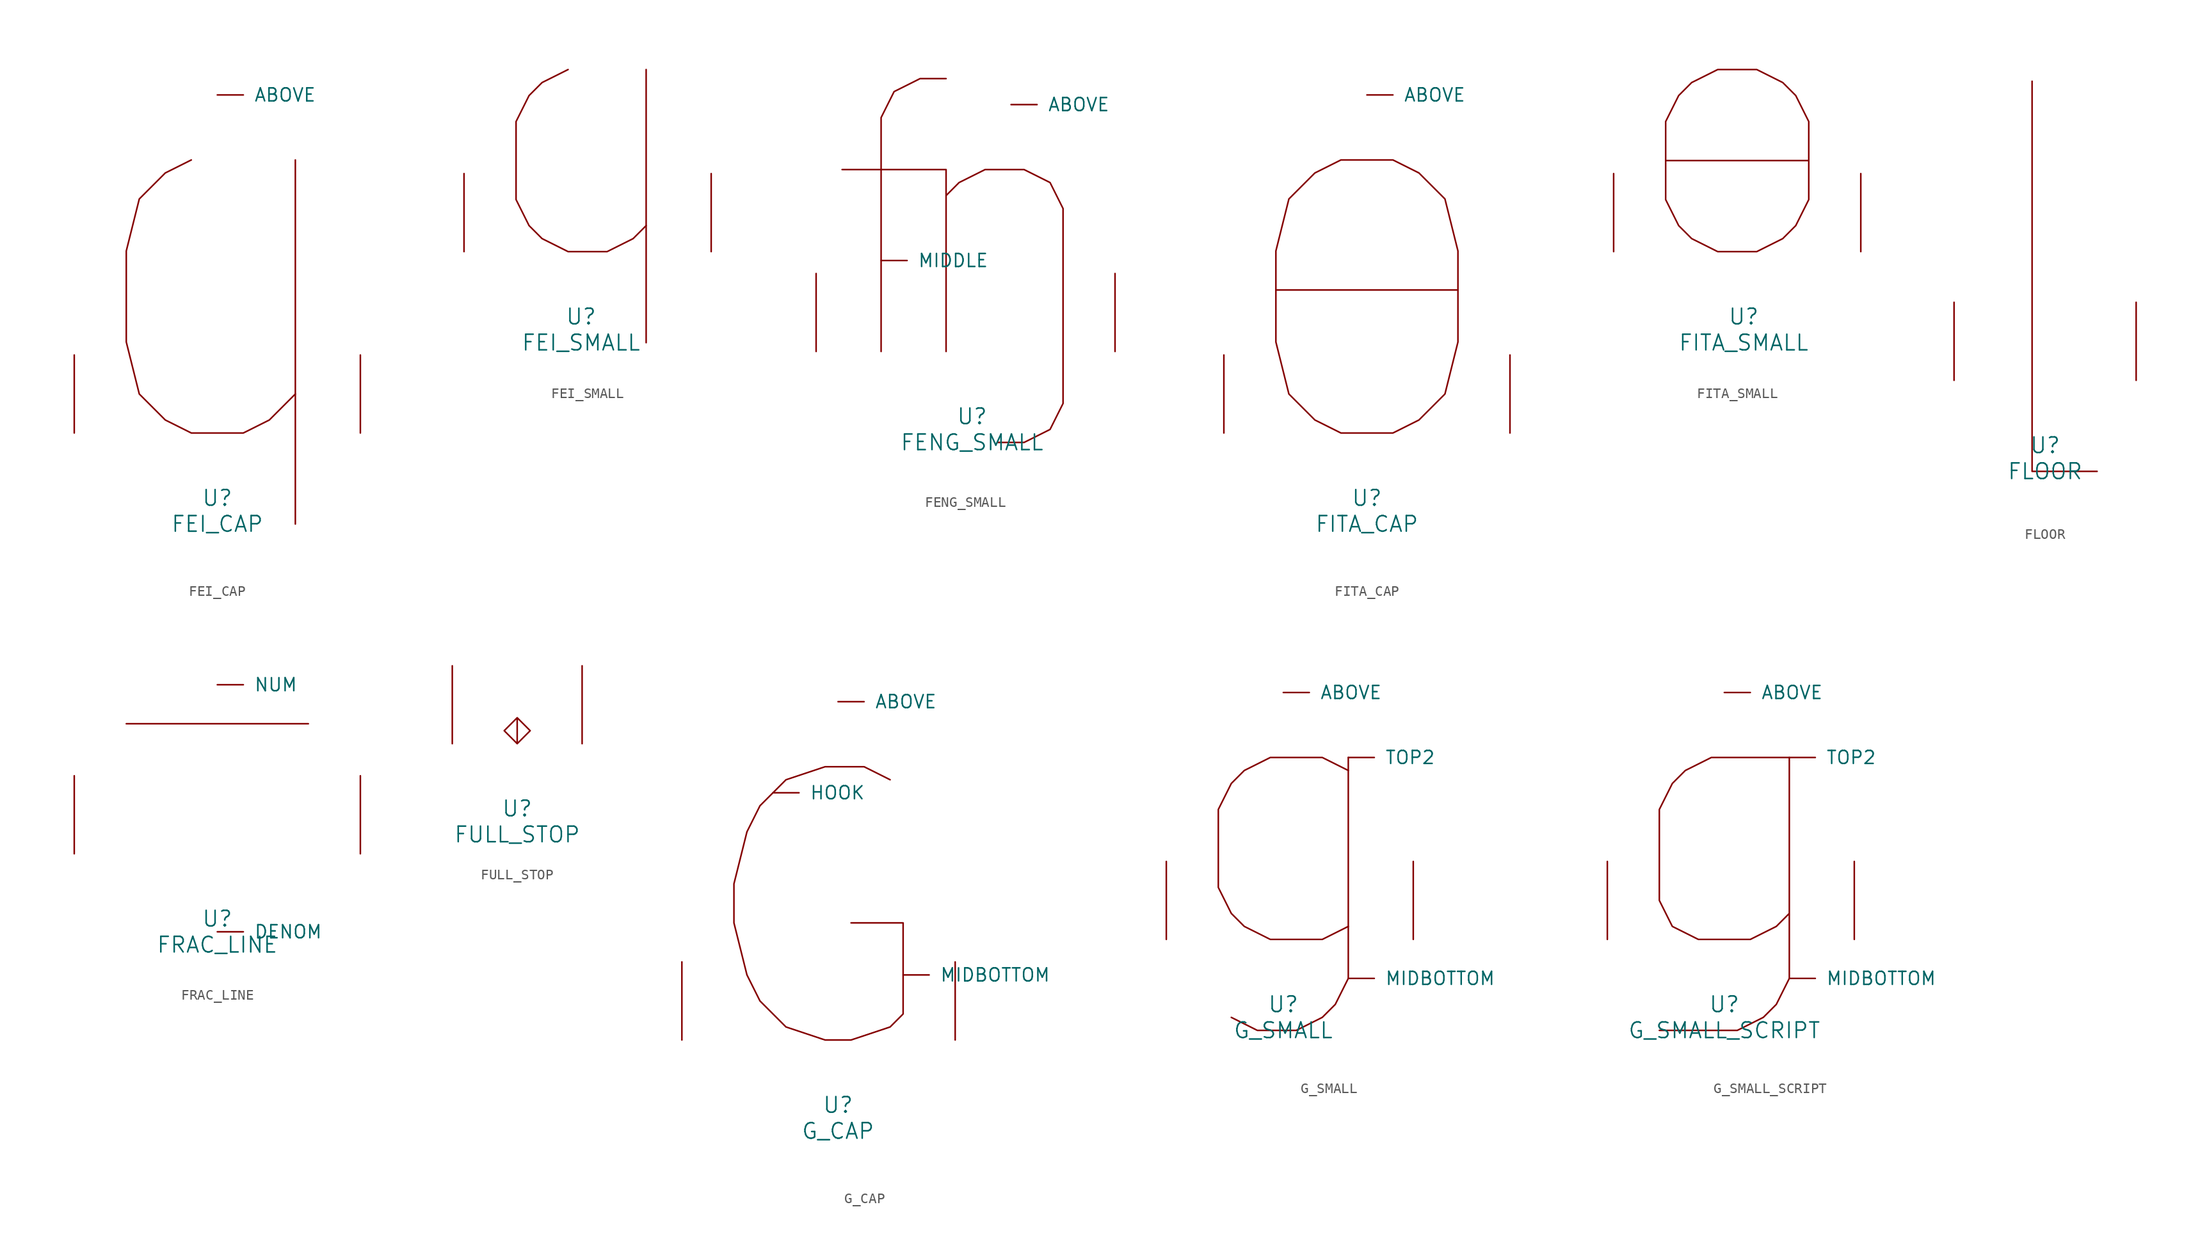
<source format=kicad_sym>
(kicad_symbol_lib
  (version 20220914)
  (generator font_lib2sym)
  (symbol "FEI_CAP"
    (pin_names
      (offset 1.016))
    (property "Reference" "U"
      (at 0 -6.35 0)
      (effects (font (size 1.524 1.524))))
    (property "Value" "FEI_CAP"
      (at 0 -8.89 0)
      (effects (font (size 1.524 1.524))))
    (symbol "FEI_CAP_0_1"
      (polyline (pts (xy 7.62 26.67) (xy 7.62 -8.89)) (stroke (width 0) (type solid)) (fill (type none)))
      (polyline (pts (xy -2.54 26.67) (xy -5.08 25.4) (xy -7.62 22.86) (xy -8.89 17.78) (xy -8.89 8.89) (xy -7.62 3.81) (xy -5.08 1.27) (xy -2.54 0) (xy 2.54 0) (xy 5.08 1.27) (xy 7.62 3.81)) (stroke (width 0) (type solid)) (fill (type none)))
      (pin input line (at 0 33.02 0) (length 2.54) (name "ABOVE" (effects (font (size 1.27 1.27)))) (number "~" (effects (font (size 1.27 1.27)))))
      (pin input line (at -13.97 0 90) (length 7.62) (name "~" (effects (font (size 1.27 1.27)))) (number "~" (effects (font (size 1.27 1.27)))))
      (pin input line (at 13.97 0 90) (length 7.62) (name "~" (effects (font (size 1.27 1.27)))) (number "~" (effects (font (size 1.27 1.27)))))))
  (symbol "FEI_SMALL"
    (pin_names
      (offset 1.016))
    (property "Reference" "U"
      (at 0 -6.35 0)
      (effects (font (size 1.524 1.524))))
    (property "Value" "FEI_SMALL"
      (at 0 -8.89 0)
      (effects (font (size 1.524 1.524))))
    (symbol "FEI_SMALL_0_1"
      (polyline (pts (xy 6.35 17.78) (xy 6.35 -8.89)) (stroke (width 0) (type solid)) (fill (type none)))
      (polyline (pts (xy -1.27 17.78) (xy -3.81 16.51) (xy -5.08 15.24) (xy -6.35 12.7) (xy -6.35 5.08) (xy -5.08 2.54) (xy -3.81 1.27) (xy -1.27 0) (xy 2.54 0) (xy 5.08 1.27) (xy 6.35 2.54)) (stroke (width 0) (type solid)) (fill (type none)))
      (pin input line (at -11.43 0 90) (length 7.62) (name "~" (effects (font (size 1.27 1.27)))) (number "~" (effects (font (size 1.27 1.27)))))
      (pin input line (at 12.7 0 90) (length 7.62) (name "~" (effects (font (size 1.27 1.27)))) (number "~" (effects (font (size 1.27 1.27)))))))
  (symbol "FENG_SMALL"
    (pin_names
      (offset 1.016))
    (property "Reference" "U"
      (at 0 -6.35 0)
      (effects (font (size 1.524 1.524))))
    (property "Value" "FENG_SMALL"
      (at 0 -8.89 0)
      (effects (font (size 1.524 1.524))))
    (symbol "FENG_SMALL_0_1"
      (polyline (pts (xy -12.7 17.78) (xy -2.54 17.78) (xy -2.54 0)) (stroke (width 0) (type solid)) (fill (type none)))
      (polyline (pts (xy -8.89 0) (xy -8.89 22.86) (xy -7.62 25.4) (xy -5.08 26.67) (xy -2.54 26.67)) (stroke (width 0) (type solid)) (fill (type none)))
      (polyline (pts (xy -2.54 15.24) (xy -1.27 16.51) (xy 1.27 17.78) (xy 5.08 17.78) (xy 7.62 16.51) (xy 8.89 13.97) (xy 8.89 -5.08) (xy 7.62 -7.62) (xy 5.08 -8.89) (xy 2.54 -8.89)) (stroke (width 0) (type solid)) (fill (type none)))
      (pin input line (at 3.81 24.13 0) (length 2.54) (name "ABOVE" (effects (font (size 1.27 1.27)))) (number "~" (effects (font (size 1.27 1.27)))))
      (pin input line (at -8.89 8.89 0) (length 2.54) (name "MIDDLE" (effects (font (size 1.27 1.27)))) (number "~" (effects (font (size 1.27 1.27)))))
      (pin input line (at -15.24 0 90) (length 7.62) (name "~" (effects (font (size 1.27 1.27)))) (number "~" (effects (font (size 1.27 1.27)))))
      (pin input line (at 13.97 0 90) (length 7.62) (name "~" (effects (font (size 1.27 1.27)))) (number "~" (effects (font (size 1.27 1.27)))))))
  (symbol "FITA_CAP"
    (pin_names
      (offset 1.016))
    (property "Reference" "U"
      (at 0 -6.35 0)
      (effects (font (size 1.524 1.524))))
    (property "Value" "FITA_CAP"
      (at 0 -8.89 0)
      (effects (font (size 1.524 1.524))))
    (symbol "FITA_CAP_0_1"
      (polyline (pts (xy -8.89 13.97) (xy 8.89 13.97)) (stroke (width 0) (type solid)) (fill (type none)))
      (polyline (pts (xy -2.54 26.67) (xy 2.54 26.67) (xy 5.08 25.4) (xy 7.62 22.86) (xy 8.89 17.78) (xy 8.89 8.89) (xy 7.62 3.81) (xy 5.08 1.27) (xy 2.54 0) (xy -2.54 0) (xy -5.08 1.27) (xy -7.62 3.81) (xy -8.89 8.89) (xy -8.89 17.78) (xy -7.62 22.86) (xy -5.08 25.4) (xy -2.54 26.67)) (stroke (width 0) (type solid)) (fill (type none)))
      (pin input line (at 0 33.02 0) (length 2.54) (name "ABOVE" (effects (font (size 1.27 1.27)))) (number "~" (effects (font (size 1.27 1.27)))))
      (pin input line (at -13.97 0 90) (length 7.62) (name "~" (effects (font (size 1.27 1.27)))) (number "~" (effects (font (size 1.27 1.27)))))
      (pin input line (at 13.97 0 90) (length 7.62) (name "~" (effects (font (size 1.27 1.27)))) (number "~" (effects (font (size 1.27 1.27)))))))
  (symbol "FITA_SMALL"
    (pin_names
      (offset 1.016))
    (property "Reference" "U"
      (at 0 -6.35 0)
      (effects (font (size 1.524 1.524))))
    (property "Value" "FITA_SMALL"
      (at 0 -8.89 0)
      (effects (font (size 1.524 1.524))))
    (symbol "FITA_SMALL_0_1"
      (polyline (pts (xy -7.62 8.89) (xy 6.35 8.89)) (stroke (width 0) (type solid)) (fill (type none)))
      (polyline (pts (xy -2.54 0) (xy -5.08 1.27) (xy -6.35 2.54) (xy -7.62 5.08) (xy -7.62 12.7) (xy -6.35 15.24) (xy -5.08 16.51) (xy -2.54 17.78) (xy 1.27 17.78) (xy 3.81 16.51) (xy 5.08 15.24) (xy 6.35 12.7) (xy 6.35 5.08) (xy 5.08 2.54) (xy 3.81 1.27) (xy 1.27 0) (xy -2.54 0)) (stroke (width 0) (type solid)) (fill (type none)))
      (pin input line (at -12.7 0 90) (length 7.62) (name "~" (effects (font (size 1.27 1.27)))) (number "~" (effects (font (size 1.27 1.27)))))
      (pin input line (at 11.43 0 90) (length 7.62) (name "~" (effects (font (size 1.27 1.27)))) (number "~" (effects (font (size 1.27 1.27)))))))
  (symbol "FLOOR"
    (pin_names
      (offset 1.016))
    (property "Reference" "U"
      (at 0 -6.35 0)
      (effects (font (size 1.524 1.524))))
    (property "Value" "FLOOR"
      (at 0 -8.89 0)
      (effects (font (size 1.524 1.524))))
    (symbol "FLOOR_0_1"
      (polyline (pts (xy -1.27 29.21) (xy -1.27 -8.89) (xy 5.08 -8.89)) (stroke (width 0) (type solid)) (fill (type none)))
      (pin input line (at -8.89 0 90) (length 7.62) (name "~" (effects (font (size 1.27 1.27)))) (number "~" (effects (font (size 1.27 1.27)))))
      (pin input line (at 8.89 0 90) (length 7.62) (name "~" (effects (font (size 1.27 1.27)))) (number "~" (effects (font (size 1.27 1.27)))))))
  (symbol "FRAC_LINE"
    (pin_names
      (offset 1.016))
    (property "Reference" "U"
      (at 0 -6.35 0)
      (effects (font (size 1.524 1.524))))
    (property "Value" "FRAC_LINE"
      (at 0 -8.89 0)
      (effects (font (size 1.524 1.524))))
    (symbol "FRAC_LINE_0_1"
      (polyline (pts (xy -8.89 12.7) (xy 8.89 12.7)) (stroke (width 0) (type solid)) (fill (type none)))
      (pin input line (at 0 -7.62 0) (length 2.54) (name "DENOM" (effects (font (size 1.27 1.27)))) (number "~" (effects (font (size 1.27 1.27)))))
      (pin input line (at 0 16.51 0) (length 2.54) (name "NUM" (effects (font (size 1.27 1.27)))) (number "~" (effects (font (size 1.27 1.27)))))
      (pin input line (at -13.97 0 90) (length 7.62) (name "~" (effects (font (size 1.27 1.27)))) (number "~" (effects (font (size 1.27 1.27)))))
      (pin input line (at 13.97 0 90) (length 7.62) (name "~" (effects (font (size 1.27 1.27)))) (number "~" (effects (font (size 1.27 1.27)))))))
  (symbol "FULL_STOP"
    (pin_names
      (offset 1.016))
    (property "Reference" "U"
      (at 0 -6.35 0)
      (effects (font (size 1.524 1.524))))
    (property "Value" "FULL_STOP"
      (at 0 -8.89 0)
      (effects (font (size 1.524 1.524))))
    (symbol "FULL_STOP_0_1"
      (polyline (pts (xy 0 2.54) (xy 1.27 1.27) (xy 0 0) (xy -1.27 1.27) (xy 0 2.54) (xy 0 0)) (stroke (width 0) (type solid)) (fill (type none)))
      (pin input line (at -6.35 0 90) (length 7.62) (name "~" (effects (font (size 1.27 1.27)))) (number "~" (effects (font (size 1.27 1.27)))))
      (pin input line (at 6.35 0 90) (length 7.62) (name "~" (effects (font (size 1.27 1.27)))) (number "~" (effects (font (size 1.27 1.27)))))))
  (symbol "G_CAP"
    (pin_names
      (offset 1.016))
    (property "Reference" "U"
      (at 0 -6.35 0)
      (effects (font (size 1.524 1.524))))
    (property "Value" "G_CAP"
      (at 0 -8.89 0)
      (effects (font (size 1.524 1.524))))
    (symbol "G_CAP_0_1"
      (polyline (pts (xy 5.08 25.4) (xy 2.54 26.67) (xy -1.27 26.67) (xy -5.08 25.4) (xy -7.62 22.86) (xy -8.89 20.32) (xy -10.16 15.24) (xy -10.16 11.43) (xy -8.89 6.35) (xy -7.62 3.81) (xy -5.08 1.27) (xy -1.27 0) (xy 1.27 0) (xy 5.08 1.27) (xy 6.35 2.54) (xy 6.35 11.43) (xy 1.27 11.43)) (stroke (width 0) (type solid)) (fill (type none)))
      (pin input line (at 0 33.02 0) (length 2.54) (name "ABOVE" (effects (font (size 1.27 1.27)))) (number "~" (effects (font (size 1.27 1.27)))))
      (pin input line (at -6.35 24.13 0) (length 2.54) (name "HOOK" (effects (font (size 1.27 1.27)))) (number "~" (effects (font (size 1.27 1.27)))))
      (pin input line (at 6.35 6.35 0) (length 2.54) (name "MIDBOTTOM" (effects (font (size 1.27 1.27)))) (number "~" (effects (font (size 1.27 1.27)))))
      (pin input line (at -15.24 0 90) (length 7.62) (name "~" (effects (font (size 1.27 1.27)))) (number "~" (effects (font (size 1.27 1.27)))))
      (pin input line (at 11.43 0 90) (length 7.62) (name "~" (effects (font (size 1.27 1.27)))) (number "~" (effects (font (size 1.27 1.27)))))))
  (symbol "G_SMALL"
    (pin_names
      (offset 1.016))
    (property "Reference" "U"
      (at 0 -6.35 0)
      (effects (font (size 1.524 1.524))))
    (property "Value" "G_SMALL"
      (at 0 -8.89 0)
      (effects (font (size 1.524 1.524))))
    (symbol "G_SMALL_0_1"
      (polyline (pts (xy 6.35 17.78) (xy 6.35 -3.81) (xy 5.08 -6.35) (xy 3.81 -7.62) (xy 1.27 -8.89) (xy -2.54 -8.89) (xy -5.08 -7.62)) (stroke (width 0) (type solid)) (fill (type none)))
      (polyline (pts (xy 6.35 1.27) (xy 3.81 0) (xy -1.27 0) (xy -3.81 1.27) (xy -5.08 2.54) (xy -6.35 5.08) (xy -6.35 12.7) (xy -5.08 15.24) (xy -3.81 16.51) (xy -1.27 17.78) (xy 3.81 17.78) (xy 6.35 16.51)) (stroke (width 0) (type solid)) (fill (type none)))
      (pin input line (at 0 24.13 0) (length 2.54) (name "ABOVE" (effects (font (size 1.27 1.27)))) (number "~" (effects (font (size 1.27 1.27)))))
      (pin input line (at 6.35 -3.81 0) (length 2.54) (name "MIDBOTTOM" (effects (font (size 1.27 1.27)))) (number "~" (effects (font (size 1.27 1.27)))))
      (pin input line (at 6.35 17.78 0) (length 2.54) (name "TOP2" (effects (font (size 1.27 1.27)))) (number "~" (effects (font (size 1.27 1.27)))))
      (pin input line (at -11.43 0 90) (length 7.62) (name "~" (effects (font (size 1.27 1.27)))) (number "~" (effects (font (size 1.27 1.27)))))
      (pin input line (at 12.7 0 90) (length 7.62) (name "~" (effects (font (size 1.27 1.27)))) (number "~" (effects (font (size 1.27 1.27)))))))
  (symbol "G_SMALL_SCRIPT"
    (pin_names
      (offset 1.016))
    (property "Reference" "U"
      (at 0 -6.35 0)
      (effects (font (size 1.524 1.524))))
    (property "Value" "G_SMALL_SCRIPT"
      (at 0 -8.89 0)
      (effects (font (size 1.524 1.524))))
    (symbol "G_SMALL_SCRIPT_0_1"
      (polyline (pts (xy 6.35 2.54) (xy 5.08 1.27) (xy 2.54 0) (xy -2.54 0) (xy -5.08 1.27) (xy -6.35 3.81) (xy -6.35 12.7) (xy -5.08 15.24) (xy -3.81 16.51) (xy -1.27 17.78) (xy 6.35 17.78) (xy 6.35 -3.81) (xy 5.08 -6.35) (xy 3.81 -7.62) (xy 1.27 -8.89) (xy -6.35 -8.89)) (stroke (width 0) (type solid)) (fill (type none)))
      (pin input line (at 0 24.13 0) (length 2.54) (name "ABOVE" (effects (font (size 1.27 1.27)))) (number "~" (effects (font (size 1.27 1.27)))))
      (pin input line (at 6.35 -3.81 0) (length 2.54) (name "MIDBOTTOM" (effects (font (size 1.27 1.27)))) (number "~" (effects (font (size 1.27 1.27)))))
      (pin input line (at 6.35 17.78 0) (length 2.54) (name "TOP2" (effects (font (size 1.27 1.27)))) (number "~" (effects (font (size 1.27 1.27)))))
      (pin input line (at -11.43 0 90) (length 7.62) (name "~" (effects (font (size 1.27 1.27)))) (number "~" (effects (font (size 1.27 1.27)))))
      (pin input line (at 12.7 0 90) (length 7.62) (name "~" (effects (font (size 1.27 1.27)))) (number "~" (effects (font (size 1.27 1.27))))))))
</source>
